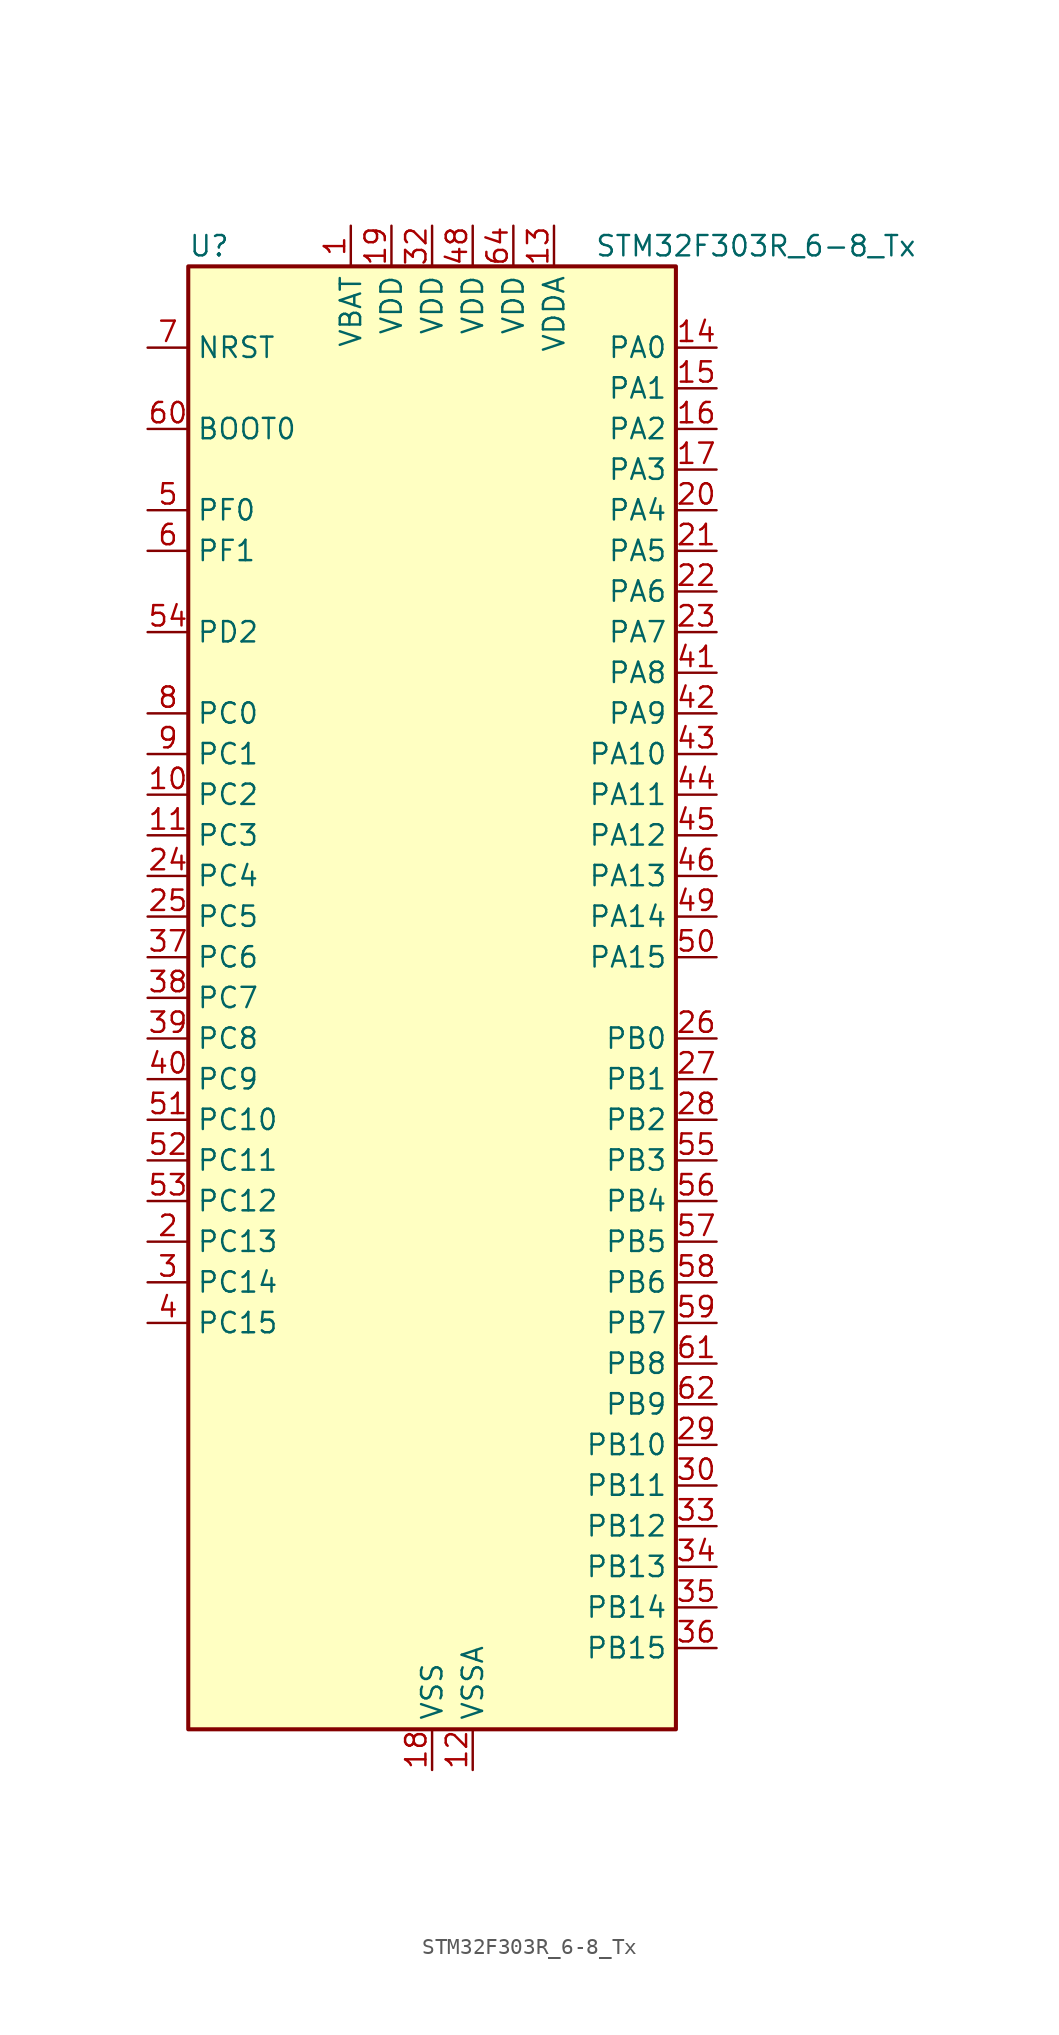
<source format=kicad_sym>
(kicad_symbol_lib
  (version 20241209)
  (generator "kicad_symbol_editor")
  (generator_version "9.0")
  (symbol "STM32F303R_6-8_Tx"
    (property "Reference" "U"
      (at -15.24 46.99 0)
      (effects (font (size 1.27 1.27)) (justify left)))
    (property "Value" "STM32F303R_6-8_Tx"
      (at 10.16 46.99 0)
      (effects (font (size 1.27 1.27)) (justify left)))
    (symbol "STM32F303R_6-8_Tx_0_1"
      (rectangle (start -15.24 -45.72) (end 15.24 45.72) (stroke (width 0.254) (type default)) (fill (type background))))
    (symbol "STM32F303R_6-8_Tx_1_1"
      (pin input line (at -17.78 40.64 0) (length 2.54) (name "NRST" (effects (font (size 1.27 1.27)))) (number "7" (effects (font (size 1.27 1.27)))))
      (pin input line (at -17.78 35.56 0) (length 2.54) (name "BOOT0" (effects (font (size 1.27 1.27)))) (number "60" (effects (font (size 1.27 1.27)))))
      (pin bidirectional line (at -17.78 30.48 0) (length 2.54) (name "PF0" (effects (font (size 1.27 1.27)))) (number "5" (effects (font (size 1.27 1.27)))) (alternate "RCC_OSC_IN" bidirectional line) (alternate "TIM1_CH3N" bidirectional line))
      (pin bidirectional line (at -17.78 27.94 0) (length 2.54) (name "PF1" (effects (font (size 1.27 1.27)))) (number "6" (effects (font (size 1.27 1.27)))) (alternate "RCC_OSC_OUT" bidirectional line))
      (pin bidirectional line (at -17.78 22.86 0) (length 2.54) (name "PD2" (effects (font (size 1.27 1.27)))) (number "54" (effects (font (size 1.27 1.27)))) (alternate "TIM3_ETR" bidirectional line))
      (pin bidirectional line (at -17.78 17.78 0) (length 2.54) (name "PC0" (effects (font (size 1.27 1.27)))) (number "8" (effects (font (size 1.27 1.27)))) (alternate "ADC1_IN6" bidirectional line) (alternate "ADC2_IN6" bidirectional line) (alternate "TIM1_CH1" bidirectional line))
      (pin bidirectional line (at -17.78 15.24 0) (length 2.54) (name "PC1" (effects (font (size 1.27 1.27)))) (number "9" (effects (font (size 1.27 1.27)))) (alternate "ADC1_IN7" bidirectional line) (alternate "ADC2_IN7" bidirectional line) (alternate "TIM1_CH2" bidirectional line))
      (pin bidirectional line (at -17.78 12.7 0) (length 2.54) (name "PC2" (effects (font (size 1.27 1.27)))) (number "10" (effects (font (size 1.27 1.27)))) (alternate "ADC1_IN8" bidirectional line) (alternate "ADC2_IN8" bidirectional line) (alternate "TIM1_CH3" bidirectional line))
      (pin bidirectional line (at -17.78 10.16 0) (length 2.54) (name "PC3" (effects (font (size 1.27 1.27)))) (number "11" (effects (font (size 1.27 1.27)))) (alternate "ADC1_IN9" bidirectional line) (alternate "ADC2_IN9" bidirectional line) (alternate "TIM1_BKIN2" bidirectional line) (alternate "TIM1_CH4" bidirectional line))
      (pin bidirectional line (at -17.78 7.62 0) (length 2.54) (name "PC4" (effects (font (size 1.27 1.27)))) (number "24" (effects (font (size 1.27 1.27)))) (alternate "ADC2_IN5" bidirectional line) (alternate "TIM1_ETR" bidirectional line) (alternate "USART1_TX" bidirectional line))
      (pin bidirectional line (at -17.78 5.08 0) (length 2.54) (name "PC5" (effects (font (size 1.27 1.27)))) (number "25" (effects (font (size 1.27 1.27)))) (alternate "ADC2_IN11" bidirectional line) (alternate "OPAMP2_VINM" bidirectional line) (alternate "OPAMP2_VINM_SEC" bidirectional line) (alternate "TIM15_BKIN" bidirectional line) (alternate "TSC_G3_IO1" bidirectional line) (alternate "USART1_RX" bidirectional line))
      (pin bidirectional line (at -17.78 2.54 0) (length 2.54) (name "PC6" (effects (font (size 1.27 1.27)))) (number "37" (effects (font (size 1.27 1.27)))) (alternate "COMP6_OUT" bidirectional line) (alternate "TIM3_CH1" bidirectional line))
      (pin bidirectional line (at -17.78 0 0) (length 2.54) (name "PC7" (effects (font (size 1.27 1.27)))) (number "38" (effects (font (size 1.27 1.27)))) (alternate "TIM3_CH2" bidirectional line))
      (pin bidirectional line (at -17.78 -2.54 0) (length 2.54) (name "PC8" (effects (font (size 1.27 1.27)))) (number "39" (effects (font (size 1.27 1.27)))) (alternate "TIM3_CH3" bidirectional line))
      (pin bidirectional line (at -17.78 -5.08 0) (length 2.54) (name "PC9" (effects (font (size 1.27 1.27)))) (number "40" (effects (font (size 1.27 1.27)))) (alternate "DAC1_EXTI9" bidirectional line) (alternate "DAC2_EXTI9" bidirectional line) (alternate "TIM3_CH4" bidirectional line))
      (pin bidirectional line (at -17.78 -7.62 0) (length 2.54) (name "PC10" (effects (font (size 1.27 1.27)))) (number "51" (effects (font (size 1.27 1.27)))) (alternate "USART3_TX" bidirectional line))
      (pin bidirectional line (at -17.78 -10.16 0) (length 2.54) (name "PC11" (effects (font (size 1.27 1.27)))) (number "52" (effects (font (size 1.27 1.27)))) (alternate "USART3_RX" bidirectional line))
      (pin bidirectional line (at -17.78 -12.7 0) (length 2.54) (name "PC12" (effects (font (size 1.27 1.27)))) (number "53" (effects (font (size 1.27 1.27)))) (alternate "USART3_CK" bidirectional line))
      (pin bidirectional line (at -17.78 -15.24 0) (length 2.54) (name "PC13" (effects (font (size 1.27 1.27)))) (number "2" (effects (font (size 1.27 1.27)))) (alternate "RTC_OUT_ALARM" bidirectional line) (alternate "RTC_OUT_CALIB" bidirectional line) (alternate "RTC_TAMP1" bidirectional line) (alternate "RTC_TS" bidirectional line) (alternate "SYS_WKUP2" bidirectional line) (alternate "TIM1_CH1N" bidirectional line))
      (pin bidirectional line (at -17.78 -17.78 0) (length 2.54) (name "PC14" (effects (font (size 1.27 1.27)))) (number "3" (effects (font (size 1.27 1.27)))) (alternate "RCC_OSC32_IN" bidirectional line))
      (pin bidirectional line (at -17.78 -20.32 0) (length 2.54) (name "PC15" (effects (font (size 1.27 1.27)))) (number "4" (effects (font (size 1.27 1.27)))) (alternate "RCC_OSC32_OUT" bidirectional line))
      (pin power_in line (at -5.08 48.26 270) (length 2.54) (name "VBAT" (effects (font (size 1.27 1.27)))) (number "1" (effects (font (size 1.27 1.27)))))
      (pin power_in line (at -2.54 48.26 270) (length 2.54) (name "VDD" (effects (font (size 1.27 1.27)))) (number "19" (effects (font (size 1.27 1.27)))))
      (pin power_in line (at 0 48.26 270) (length 2.54) (name "VDD" (effects (font (size 1.27 1.27)))) (number "32" (effects (font (size 1.27 1.27)))))
      (pin power_in line (at 0 -48.26 90) (length 2.54) (name "VSS" (effects (font (size 1.27 1.27)))) (number "18" (effects (font (size 1.27 1.27)))))
      (pin passive line (at 0 -48.26 90) (length 2.54) (hide yes) (name "VSS" (effects (font (size 1.27 1.27)))) (number "31" (effects (font (size 1.27 1.27)))))
      (pin passive line (at 0 -48.26 90) (length 2.54) (hide yes) (name "VSS" (effects (font (size 1.27 1.27)))) (number "47" (effects (font (size 1.27 1.27)))))
      (pin passive line (at 0 -48.26 90) (length 2.54) (hide yes) (name "VSS" (effects (font (size 1.27 1.27)))) (number "63" (effects (font (size 1.27 1.27)))))
      (pin power_in line (at 2.54 48.26 270) (length 2.54) (name "VDD" (effects (font (size 1.27 1.27)))) (number "48" (effects (font (size 1.27 1.27)))))
      (pin power_in line (at 2.54 -48.26 90) (length 2.54) (name "VSSA" (effects (font (size 1.27 1.27)))) (number "12" (effects (font (size 1.27 1.27)))))
      (pin power_in line (at 5.08 48.26 270) (length 2.54) (name "VDD" (effects (font (size 1.27 1.27)))) (number "64" (effects (font (size 1.27 1.27)))))
      (pin power_in line (at 7.62 48.26 270) (length 2.54) (name "VDDA" (effects (font (size 1.27 1.27)))) (number "13" (effects (font (size 1.27 1.27)))))
      (pin bidirectional line (at 17.78 40.64 180) (length 2.54) (name "PA0" (effects (font (size 1.27 1.27)))) (number "14" (effects (font (size 1.27 1.27)))) (alternate "ADC1_IN1" bidirectional line) (alternate "RTC_TAMP2" bidirectional line) (alternate "SYS_WKUP1" bidirectional line) (alternate "TIM2_CH1" bidirectional line) (alternate "TIM2_ETR" bidirectional line) (alternate "TSC_G1_IO1" bidirectional line) (alternate "USART2_CTS" bidirectional line))
      (pin bidirectional line (at 17.78 38.1 180) (length 2.54) (name "PA1" (effects (font (size 1.27 1.27)))) (number "15" (effects (font (size 1.27 1.27)))) (alternate "ADC1_IN2" bidirectional line) (alternate "RTC_REFIN" bidirectional line) (alternate "TIM15_CH1N" bidirectional line) (alternate "TIM2_CH2" bidirectional line) (alternate "TSC_G1_IO2" bidirectional line) (alternate "USART2_DE" bidirectional line) (alternate "USART2_RTS" bidirectional line))
      (pin bidirectional line (at 17.78 35.56 180) (length 2.54) (name "PA2" (effects (font (size 1.27 1.27)))) (number "16" (effects (font (size 1.27 1.27)))) (alternate "ADC1_IN3" bidirectional line) (alternate "COMP2_INM" bidirectional line) (alternate "COMP2_OUT" bidirectional line) (alternate "TIM15_CH1" bidirectional line) (alternate "TIM2_CH3" bidirectional line) (alternate "TSC_G1_IO3" bidirectional line) (alternate "USART2_TX" bidirectional line))
      (pin bidirectional line (at 17.78 33.02 180) (length 2.54) (name "PA3" (effects (font (size 1.27 1.27)))) (number "17" (effects (font (size 1.27 1.27)))) (alternate "ADC1_IN4" bidirectional line) (alternate "TIM15_CH2" bidirectional line) (alternate "TIM2_CH4" bidirectional line) (alternate "TSC_G1_IO4" bidirectional line) (alternate "USART2_RX" bidirectional line))
      (pin bidirectional line (at 17.78 30.48 180) (length 2.54) (name "PA4" (effects (font (size 1.27 1.27)))) (number "20" (effects (font (size 1.27 1.27)))) (alternate "ADC2_IN1" bidirectional line) (alternate "COMP2_INM" bidirectional line) (alternate "COMP4_INM" bidirectional line) (alternate "COMP6_INM" bidirectional line) (alternate "DAC1_OUT1" bidirectional line) (alternate "SPI1_NSS" bidirectional line) (alternate "TIM3_CH2" bidirectional line) (alternate "TSC_G2_IO1" bidirectional line) (alternate "USART2_CK" bidirectional line))
      (pin bidirectional line (at 17.78 27.94 180) (length 2.54) (name "PA5" (effects (font (size 1.27 1.27)))) (number "21" (effects (font (size 1.27 1.27)))) (alternate "ADC2_IN2" bidirectional line) (alternate "DAC1_OUT2" bidirectional line) (alternate "OPAMP2_VINM" bidirectional line) (alternate "OPAMP2_VINM_SEC" bidirectional line) (alternate "SPI1_SCK" bidirectional line) (alternate "TIM2_CH1" bidirectional line) (alternate "TIM2_ETR" bidirectional line) (alternate "TSC_G2_IO2" bidirectional line))
      (pin bidirectional line (at 17.78 25.4 180) (length 2.54) (name "PA6" (effects (font (size 1.27 1.27)))) (number "22" (effects (font (size 1.27 1.27)))) (alternate "ADC2_IN3" bidirectional line) (alternate "DAC2_OUT1" bidirectional line) (alternate "OPAMP2_VOUT" bidirectional line) (alternate "SPI1_MISO" bidirectional line) (alternate "TIM16_CH1" bidirectional line) (alternate "TIM1_BKIN" bidirectional line) (alternate "TIM3_CH1" bidirectional line) (alternate "TSC_G2_IO3" bidirectional line))
      (pin bidirectional line (at 17.78 22.86 180) (length 2.54) (name "PA7" (effects (font (size 1.27 1.27)))) (number "23" (effects (font (size 1.27 1.27)))) (alternate "ADC2_IN4" bidirectional line) (alternate "COMP2_INP" bidirectional line) (alternate "OPAMP2_VINP" bidirectional line) (alternate "OPAMP2_VINP_SEC" bidirectional line) (alternate "SPI1_MOSI" bidirectional line) (alternate "TIM17_CH1" bidirectional line) (alternate "TIM1_CH1N" bidirectional line) (alternate "TIM3_CH2" bidirectional line) (alternate "TSC_G2_IO4" bidirectional line))
      (pin bidirectional line (at 17.78 20.32 180) (length 2.54) (name "PA8" (effects (font (size 1.27 1.27)))) (number "41" (effects (font (size 1.27 1.27)))) (alternate "RCC_MCO" bidirectional line) (alternate "TIM1_CH1" bidirectional line) (alternate "USART1_CK" bidirectional line))
      (pin bidirectional line (at 17.78 17.78 180) (length 2.54) (name "PA9" (effects (font (size 1.27 1.27)))) (number "42" (effects (font (size 1.27 1.27)))) (alternate "DAC1_EXTI9" bidirectional line) (alternate "DAC2_EXTI9" bidirectional line) (alternate "TIM15_BKIN" bidirectional line) (alternate "TIM1_CH2" bidirectional line) (alternate "TIM2_CH3" bidirectional line) (alternate "TSC_G4_IO1" bidirectional line) (alternate "USART1_TX" bidirectional line))
      (pin bidirectional line (at 17.78 15.24 180) (length 2.54) (name "PA10" (effects (font (size 1.27 1.27)))) (number "43" (effects (font (size 1.27 1.27)))) (alternate "COMP6_OUT" bidirectional line) (alternate "TIM17_BKIN" bidirectional line) (alternate "TIM1_CH3" bidirectional line) (alternate "TIM2_CH4" bidirectional line) (alternate "TSC_G4_IO2" bidirectional line) (alternate "USART1_RX" bidirectional line))
      (pin bidirectional line (at 17.78 12.7 180) (length 2.54) (name "PA11" (effects (font (size 1.27 1.27)))) (number "44" (effects (font (size 1.27 1.27)))) (alternate "CAN_RX" bidirectional line) (alternate "TIM1_BKIN2" bidirectional line) (alternate "TIM1_CH1N" bidirectional line) (alternate "TIM1_CH4" bidirectional line) (alternate "USART1_CTS" bidirectional line))
      (pin bidirectional line (at 17.78 10.16 180) (length 2.54) (name "PA12" (effects (font (size 1.27 1.27)))) (number "45" (effects (font (size 1.27 1.27)))) (alternate "CAN_TX" bidirectional line) (alternate "COMP2_OUT" bidirectional line) (alternate "TIM16_CH1" bidirectional line) (alternate "TIM1_CH2N" bidirectional line) (alternate "TIM1_ETR" bidirectional line) (alternate "USART1_DE" bidirectional line) (alternate "USART1_RTS" bidirectional line))
      (pin bidirectional line (at 17.78 7.62 180) (length 2.54) (name "PA13" (effects (font (size 1.27 1.27)))) (number "46" (effects (font (size 1.27 1.27)))) (alternate "IR_OUT" bidirectional line) (alternate "SYS_JTMS-SWDIO" bidirectional line) (alternate "TIM16_CH1N" bidirectional line) (alternate "TSC_G4_IO3" bidirectional line) (alternate "USART3_CTS" bidirectional line))
      (pin bidirectional line (at 17.78 5.08 180) (length 2.54) (name "PA14" (effects (font (size 1.27 1.27)))) (number "49" (effects (font (size 1.27 1.27)))) (alternate "I2C1_SDA" bidirectional line) (alternate "SYS_JTCK-SWCLK" bidirectional line) (alternate "TIM1_BKIN" bidirectional line) (alternate "TSC_G4_IO4" bidirectional line) (alternate "USART2_TX" bidirectional line))
      (pin bidirectional line (at 17.78 2.54 180) (length 2.54) (name "PA15" (effects (font (size 1.27 1.27)))) (number "50" (effects (font (size 1.27 1.27)))) (alternate "I2C1_SCL" bidirectional line) (alternate "SPI1_NSS" bidirectional line) (alternate "SYS_JTDI" bidirectional line) (alternate "TIM1_BKIN" bidirectional line) (alternate "TIM2_CH1" bidirectional line) (alternate "TIM2_ETR" bidirectional line) (alternate "TSC_SYNC" bidirectional line) (alternate "USART2_RX" bidirectional line))
      (pin bidirectional line (at 17.78 -2.54 180) (length 2.54) (name "PB0" (effects (font (size 1.27 1.27)))) (number "26" (effects (font (size 1.27 1.27)))) (alternate "ADC1_IN11" bidirectional line) (alternate "COMP4_INP" bidirectional line) (alternate "OPAMP2_VINP" bidirectional line) (alternate "OPAMP2_VINP_SEC" bidirectional line) (alternate "TIM1_CH2N" bidirectional line) (alternate "TIM3_CH3" bidirectional line) (alternate "TSC_G3_IO2" bidirectional line))
      (pin bidirectional line (at 17.78 -5.08 180) (length 2.54) (name "PB1" (effects (font (size 1.27 1.27)))) (number "27" (effects (font (size 1.27 1.27)))) (alternate "ADC1_IN12" bidirectional line) (alternate "COMP4_OUT" bidirectional line) (alternate "TIM1_CH3N" bidirectional line) (alternate "TIM3_CH4" bidirectional line) (alternate "TSC_G3_IO3" bidirectional line))
      (pin bidirectional line (at 17.78 -7.62 180) (length 2.54) (name "PB2" (effects (font (size 1.27 1.27)))) (number "28" (effects (font (size 1.27 1.27)))) (alternate "ADC2_IN12" bidirectional line) (alternate "COMP4_INM" bidirectional line) (alternate "TSC_G3_IO4" bidirectional line))
      (pin bidirectional line (at 17.78 -10.16 180) (length 2.54) (name "PB3" (effects (font (size 1.27 1.27)))) (number "55" (effects (font (size 1.27 1.27)))) (alternate "SPI1_SCK" bidirectional line) (alternate "SYS_JTDO-TRACESWO" bidirectional line) (alternate "TIM2_CH2" bidirectional line) (alternate "TIM3_ETR" bidirectional line) (alternate "TSC_G5_IO1" bidirectional line) (alternate "USART2_TX" bidirectional line))
      (pin bidirectional line (at 17.78 -12.7 180) (length 2.54) (name "PB4" (effects (font (size 1.27 1.27)))) (number "56" (effects (font (size 1.27 1.27)))) (alternate "SPI1_MISO" bidirectional line) (alternate "SYS_NJTRST" bidirectional line) (alternate "TIM16_CH1" bidirectional line) (alternate "TIM17_BKIN" bidirectional line) (alternate "TIM3_CH1" bidirectional line) (alternate "TSC_G5_IO2" bidirectional line) (alternate "USART2_RX" bidirectional line))
      (pin bidirectional line (at 17.78 -15.24 180) (length 2.54) (name "PB5" (effects (font (size 1.27 1.27)))) (number "57" (effects (font (size 1.27 1.27)))) (alternate "I2C1_SMBA" bidirectional line) (alternate "SPI1_MOSI" bidirectional line) (alternate "TIM16_BKIN" bidirectional line) (alternate "TIM17_CH1" bidirectional line) (alternate "TIM3_CH2" bidirectional line) (alternate "USART2_CK" bidirectional line))
      (pin bidirectional line (at 17.78 -17.78 180) (length 2.54) (name "PB6" (effects (font (size 1.27 1.27)))) (number "58" (effects (font (size 1.27 1.27)))) (alternate "I2C1_SCL" bidirectional line) (alternate "TIM16_CH1N" bidirectional line) (alternate "TSC_G5_IO3" bidirectional line) (alternate "USART1_TX" bidirectional line))
      (pin bidirectional line (at 17.78 -20.32 180) (length 2.54) (name "PB7" (effects (font (size 1.27 1.27)))) (number "59" (effects (font (size 1.27 1.27)))) (alternate "I2C1_SDA" bidirectional line) (alternate "TIM17_CH1N" bidirectional line) (alternate "TIM3_CH4" bidirectional line) (alternate "TSC_G5_IO4" bidirectional line) (alternate "USART1_RX" bidirectional line))
      (pin bidirectional line (at 17.78 -22.86 180) (length 2.54) (name "PB8" (effects (font (size 1.27 1.27)))) (number "61" (effects (font (size 1.27 1.27)))) (alternate "CAN_RX" bidirectional line) (alternate "I2C1_SCL" bidirectional line) (alternate "TIM16_CH1" bidirectional line) (alternate "TIM1_BKIN" bidirectional line) (alternate "TSC_SYNC" bidirectional line) (alternate "USART3_RX" bidirectional line))
      (pin bidirectional line (at 17.78 -25.4 180) (length 2.54) (name "PB9" (effects (font (size 1.27 1.27)))) (number "62" (effects (font (size 1.27 1.27)))) (alternate "CAN_TX" bidirectional line) (alternate "COMP2_OUT" bidirectional line) (alternate "DAC1_EXTI9" bidirectional line) (alternate "DAC2_EXTI9" bidirectional line) (alternate "I2C1_SDA" bidirectional line) (alternate "IR_OUT" bidirectional line) (alternate "TIM17_CH1" bidirectional line) (alternate "USART3_TX" bidirectional line))
      (pin bidirectional line (at 17.78 -27.94 180) (length 2.54) (name "PB10" (effects (font (size 1.27 1.27)))) (number "29" (effects (font (size 1.27 1.27)))) (alternate "TIM2_CH3" bidirectional line) (alternate "TSC_SYNC" bidirectional line) (alternate "USART3_TX" bidirectional line))
      (pin bidirectional line (at 17.78 -30.48 180) (length 2.54) (name "PB11" (effects (font (size 1.27 1.27)))) (number "30" (effects (font (size 1.27 1.27)))) (alternate "COMP6_INP" bidirectional line) (alternate "TIM2_CH4" bidirectional line) (alternate "TSC_G6_IO1" bidirectional line) (alternate "USART3_RX" bidirectional line))
      (pin bidirectional line (at 17.78 -33.02 180) (length 2.54) (name "PB12" (effects (font (size 1.27 1.27)))) (number "33" (effects (font (size 1.27 1.27)))) (alternate "ADC2_IN13" bidirectional line) (alternate "TIM1_BKIN" bidirectional line) (alternate "TSC_G6_IO2" bidirectional line) (alternate "USART3_CK" bidirectional line))
      (pin bidirectional line (at 17.78 -35.56 180) (length 2.54) (name "PB13" (effects (font (size 1.27 1.27)))) (number "34" (effects (font (size 1.27 1.27)))) (alternate "ADC1_IN13" bidirectional line) (alternate "TIM1_CH1N" bidirectional line) (alternate "TSC_G6_IO3" bidirectional line) (alternate "USART3_CTS" bidirectional line))
      (pin bidirectional line (at 17.78 -38.1 180) (length 2.54) (name "PB14" (effects (font (size 1.27 1.27)))) (number "35" (effects (font (size 1.27 1.27)))) (alternate "ADC2_IN14" bidirectional line) (alternate "OPAMP2_VINP" bidirectional line) (alternate "OPAMP2_VINP_SEC" bidirectional line) (alternate "TIM15_CH1" bidirectional line) (alternate "TIM1_CH2N" bidirectional line) (alternate "TSC_G6_IO4" bidirectional line) (alternate "USART3_DE" bidirectional line) (alternate "USART3_RTS" bidirectional line))
      (pin bidirectional line (at 17.78 -40.64 180) (length 2.54) (name "PB15" (effects (font (size 1.27 1.27)))) (number "36" (effects (font (size 1.27 1.27)))) (alternate "ADC2_IN15" bidirectional line) (alternate "COMP6_INM" bidirectional line) (alternate "RTC_REFIN" bidirectional line) (alternate "TIM15_CH1N" bidirectional line) (alternate "TIM15_CH2" bidirectional line) (alternate "TIM1_CH3N" bidirectional line)))))
</source>
